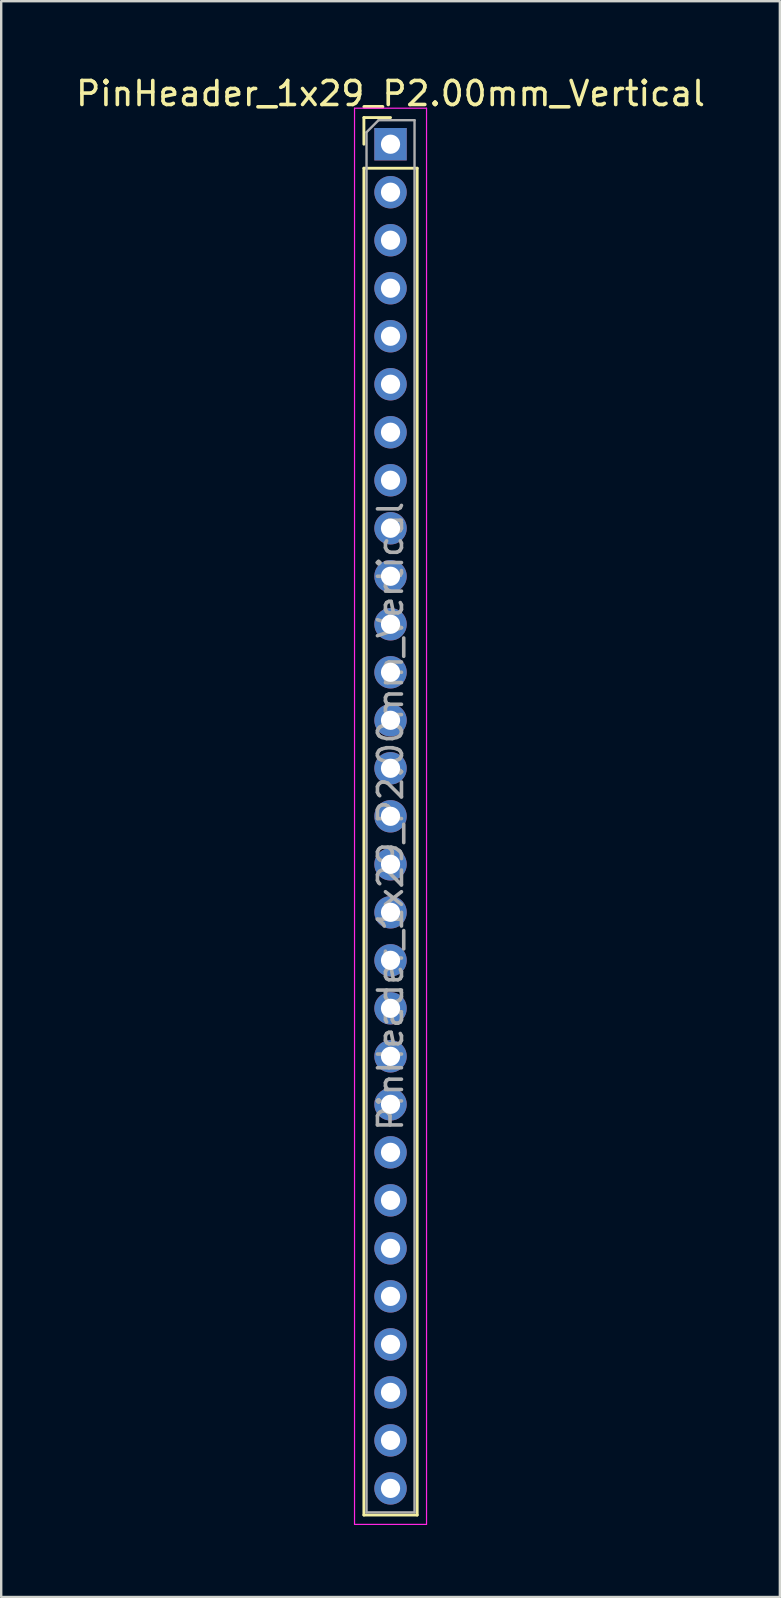
<source format=kicad_pcb>
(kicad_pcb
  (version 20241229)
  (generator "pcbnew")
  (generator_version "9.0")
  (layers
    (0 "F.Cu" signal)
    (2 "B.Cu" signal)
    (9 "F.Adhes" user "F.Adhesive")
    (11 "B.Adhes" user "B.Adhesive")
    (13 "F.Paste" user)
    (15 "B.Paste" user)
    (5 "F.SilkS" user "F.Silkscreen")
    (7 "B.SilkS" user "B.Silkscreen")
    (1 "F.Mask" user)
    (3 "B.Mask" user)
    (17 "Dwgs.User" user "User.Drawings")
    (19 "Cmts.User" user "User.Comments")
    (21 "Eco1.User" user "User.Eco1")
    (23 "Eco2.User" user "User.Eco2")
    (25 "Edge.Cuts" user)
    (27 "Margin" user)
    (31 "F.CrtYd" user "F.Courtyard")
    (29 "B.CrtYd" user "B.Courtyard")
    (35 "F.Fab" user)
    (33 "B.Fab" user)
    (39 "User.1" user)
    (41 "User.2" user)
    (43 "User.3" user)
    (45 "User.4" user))
  (footprint "PinHeader_1x29_P2.00mm_Vertical"
    (layer "F.Cu")
    (at 13.22 2.958)
    (property "Reference" "PinHeader_1x29_P2.00mm_Vertical" (at 0 -2.11 0) (layer "F.SilkS") (effects (font (size 1 1) (thickness 0.15))))
    (attr through_hole)
    (fp_line (start -1.11 -1.11) (end 0 -1.11) (stroke (width 0.12) (type solid)) (layer "F.SilkS"))
    (fp_line (start -1.11 0) (end -1.11 -1.11) (stroke (width 0.12) (type solid)) (layer "F.SilkS"))
    (fp_line (start -1.11 1) (end -1.11 57.11) (stroke (width 0.12) (type solid)) (layer "F.SilkS"))
    (fp_line (start -1.11 1) (end 1.11 1) (stroke (width 0.12) (type solid)) (layer "F.SilkS"))
    (fp_line (start -1.11 57.11) (end 1.11 57.11) (stroke (width 0.12) (type solid)) (layer "F.SilkS"))
    (fp_line (start 1.11 1) (end 1.11 57.11) (stroke (width 0.12) (type solid)) (layer "F.SilkS"))
    (fp_line (start -1.5 -1.5) (end -1.5 57.5) (stroke (width 0.05) (type solid)) (layer "F.CrtYd"))
    (fp_line (start -1.5 57.5) (end 1.5 57.5) (stroke (width 0.05) (type solid)) (layer "F.CrtYd"))
    (fp_line (start 1.5 -1.5) (end -1.5 -1.5) (stroke (width 0.05) (type solid)) (layer "F.CrtYd"))
    (fp_line (start 1.5 57.5) (end 1.5 -1.5) (stroke (width 0.05) (type solid)) (layer "F.CrtYd"))
    (fp_line (start -1 -0.5) (end -0.5 -1) (stroke (width 0.1) (type solid)) (layer "F.Fab"))
    (fp_line (start -1 57) (end -1 -0.5) (stroke (width 0.1) (type solid)) (layer "F.Fab"))
    (fp_line (start -0.5 -1) (end 1 -1) (stroke (width 0.1) (type solid)) (layer "F.Fab"))
    (fp_line (start 1 -1) (end 1 57) (stroke (width 0.1) (type solid)) (layer "F.Fab"))
    (fp_line (start 1 57) (end -1 57) (stroke (width 0.1) (type solid)) (layer "F.Fab"))
    (fp_text user "${REFERENCE}" (at 0 28 90) (layer "F.Fab") (effects (font (size 1 1) (thickness 0.15))))
    (pad "1" thru_hole rect (at 0 0) (size 1.35 1.35) (drill 0.8) (layers "*.Cu" "*.Mask"))
    (pad "2" thru_hole circle (at 0 2) (size 1.35 1.35) (drill 0.8) (layers "*.Cu" "*.Mask"))
    (pad "3" thru_hole circle (at 0 4) (size 1.35 1.35) (drill 0.8) (layers "*.Cu" "*.Mask"))
    (pad "4" thru_hole circle (at 0 6) (size 1.35 1.35) (drill 0.8) (layers "*.Cu" "*.Mask"))
    (pad "5" thru_hole circle (at 0 8) (size 1.35 1.35) (drill 0.8) (layers "*.Cu" "*.Mask"))
    (pad "6" thru_hole circle (at 0 10) (size 1.35 1.35) (drill 0.8) (layers "*.Cu" "*.Mask"))
    (pad "7" thru_hole circle (at 0 12) (size 1.35 1.35) (drill 0.8) (layers "*.Cu" "*.Mask"))
    (pad "8" thru_hole circle (at 0 14) (size 1.35 1.35) (drill 0.8) (layers "*.Cu" "*.Mask"))
    (pad "9" thru_hole circle (at 0 16) (size 1.35 1.35) (drill 0.8) (layers "*.Cu" "*.Mask"))
    (pad "10" thru_hole circle (at 0 18) (size 1.35 1.35) (drill 0.8) (layers "*.Cu" "*.Mask"))
    (pad "11" thru_hole circle (at 0 20) (size 1.35 1.35) (drill 0.8) (layers "*.Cu" "*.Mask"))
    (pad "12" thru_hole circle (at 0 22) (size 1.35 1.35) (drill 0.8) (layers "*.Cu" "*.Mask"))
    (pad "13" thru_hole circle (at 0 24) (size 1.35 1.35) (drill 0.8) (layers "*.Cu" "*.Mask"))
    (pad "14" thru_hole circle (at 0 26) (size 1.35 1.35) (drill 0.8) (layers "*.Cu" "*.Mask"))
    (pad "15" thru_hole circle (at 0 28) (size 1.35 1.35) (drill 0.8) (layers "*.Cu" "*.Mask"))
    (pad "16" thru_hole circle (at 0 30) (size 1.35 1.35) (drill 0.8) (layers "*.Cu" "*.Mask"))
    (pad "17" thru_hole circle (at 0 32) (size 1.35 1.35) (drill 0.8) (layers "*.Cu" "*.Mask"))
    (pad "18" thru_hole circle (at 0 34) (size 1.35 1.35) (drill 0.8) (layers "*.Cu" "*.Mask"))
    (pad "19" thru_hole circle (at 0 36) (size 1.35 1.35) (drill 0.8) (layers "*.Cu" "*.Mask"))
    (pad "20" thru_hole circle (at 0 38) (size 1.35 1.35) (drill 0.8) (layers "*.Cu" "*.Mask"))
    (pad "21" thru_hole circle (at 0 40) (size 1.35 1.35) (drill 0.8) (layers "*.Cu" "*.Mask"))
    (pad "22" thru_hole circle (at 0 42) (size 1.35 1.35) (drill 0.8) (layers "*.Cu" "*.Mask"))
    (pad "23" thru_hole circle (at 0 44) (size 1.35 1.35) (drill 0.8) (layers "*.Cu" "*.Mask"))
    (pad "24" thru_hole circle (at 0 46) (size 1.35 1.35) (drill 0.8) (layers "*.Cu" "*.Mask"))
    (pad "25" thru_hole circle (at 0 48) (size 1.35 1.35) (drill 0.8) (layers "*.Cu" "*.Mask"))
    (pad "26" thru_hole circle (at 0 50) (size 1.35 1.35) (drill 0.8) (layers "*.Cu" "*.Mask"))
    (pad "27" thru_hole circle (at 0 52) (size 1.35 1.35) (drill 0.8) (layers "*.Cu" "*.Mask"))
    (pad "28" thru_hole circle (at 0 54) (size 1.35 1.35) (drill 0.8) (layers "*.Cu" "*.Mask"))
    (pad "29" thru_hole circle (at 0 56) (size 1.35 1.35) (drill 0.8) (layers "*.Cu" "*.Mask")))
  (gr_rect
    (start -3 -3)
    (end 29.44 63.483)
    (stroke (width 0.1) (type default))
    (fill no)
    (layer "Edge.Cuts")))
</source>
